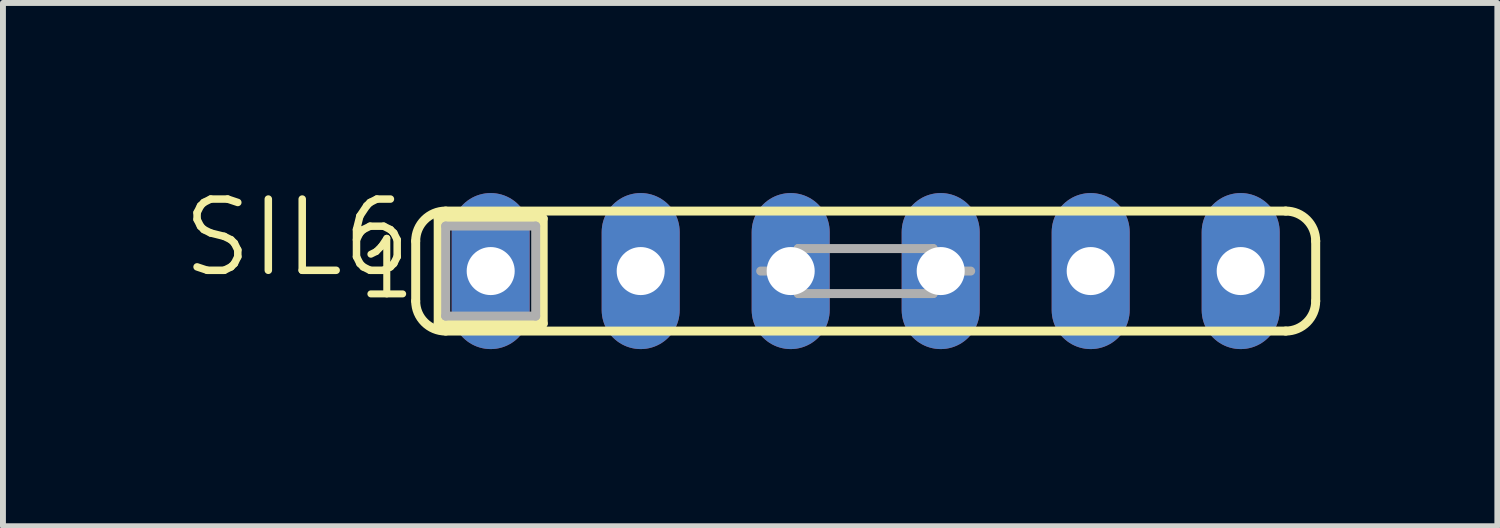
<source format=kicad_pcb>
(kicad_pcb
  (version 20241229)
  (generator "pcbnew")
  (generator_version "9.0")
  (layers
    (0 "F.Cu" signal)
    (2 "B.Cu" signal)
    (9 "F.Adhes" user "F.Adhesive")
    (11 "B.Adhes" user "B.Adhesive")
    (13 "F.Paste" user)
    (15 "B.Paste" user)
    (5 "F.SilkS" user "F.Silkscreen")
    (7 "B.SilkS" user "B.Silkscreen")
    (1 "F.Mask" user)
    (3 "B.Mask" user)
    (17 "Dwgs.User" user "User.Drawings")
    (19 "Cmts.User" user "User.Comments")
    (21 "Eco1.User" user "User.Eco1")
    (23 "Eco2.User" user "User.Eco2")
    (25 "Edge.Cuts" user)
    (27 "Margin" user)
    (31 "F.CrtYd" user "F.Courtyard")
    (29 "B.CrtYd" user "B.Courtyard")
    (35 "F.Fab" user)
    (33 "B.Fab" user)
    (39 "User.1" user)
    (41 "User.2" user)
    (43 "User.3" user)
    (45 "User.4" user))
  (footprint "SIL6"
    (layer "F.Cu")
    (at 11.609 1.54)
    (property "Reference" "SIL6" (at -7.62 -1.27 0) (layer "F.SilkS") (effects (font (size 1.206 1.206) (thickness 0.127)) (justify right top)))
    (attr through_hole)
    (fp_line (start -7.62 -0.508) (end -7.62 0.508) (stroke (width 0.152) (type solid)) (layer "F.SilkS"))
    (fp_line (start -7.239 -0.889) (end -7.239 0.889) (stroke (width 0.152) (type solid)) (layer "F.SilkS"))
    (fp_line (start -7.112 -1.016) (end 7.112 -1.016) (stroke (width 0.152) (type solid)) (layer "F.SilkS"))
    (fp_line (start -7.112 1.016) (end 7.112 1.016) (stroke (width 0.152) (type solid)) (layer "F.SilkS"))
    (fp_line (start -5.461 -0.889) (end -7.239 -0.889) (stroke (width 0.152) (type solid)) (layer "F.SilkS"))
    (fp_line (start -5.461 -0.889) (end -5.461 0.889) (stroke (width 0.152) (type solid)) (layer "F.SilkS"))
    (fp_line (start -5.461 0.889) (end -7.239 0.889) (stroke (width 0.152) (type solid)) (layer "F.SilkS"))
    (fp_line (start 7.62 -0.508) (end 7.62 0.508) (stroke (width 0.152) (type solid)) (layer "F.SilkS"))
    (fp_arc (start -7.62 -0.508) (mid -7.47121 -0.86721) (end -7.111999 -1.015999) (stroke (width 0.1524) (type solid)) (layer "F.SilkS"))
    (fp_arc (start -7.111999 1.015999) (mid -7.47121 0.86721) (end -7.62 0.508) (stroke (width 0.1524) (type solid)) (layer "F.SilkS"))
    (fp_arc (start 7.112 -1.016) (mid 7.471211 -0.86721) (end 7.620001 -0.507999) (stroke (width 0.1524) (type solid)) (layer "F.SilkS"))
    (fp_arc (start 7.620001 0.507999) (mid 7.471211 0.86721) (end 7.112 1.016) (stroke (width 0.1524) (type solid)) (layer "F.SilkS"))
    (fp_line (start -7.112 -0.762) (end -5.588 -0.762) (stroke (width 0.152) (type solid)) (layer "F.Fab"))
    (fp_line (start -7.112 0.762) (end -7.112 -0.762) (stroke (width 0.152) (type solid)) (layer "F.Fab"))
    (fp_line (start -5.588 -0.762) (end -5.588 0.762) (stroke (width 0.152) (type solid)) (layer "F.Fab"))
    (fp_line (start -5.588 0.762) (end -7.112 0.762) (stroke (width 0.152) (type solid)) (layer "F.Fab"))
    (fp_line (start -1.778 0) (end -1.143 0) (stroke (width 0.152) (type solid)) (layer "F.Fab"))
    (fp_line (start -1.143 -0.381) (end 1.143 -0.381) (stroke (width 0.152) (type solid)) (layer "F.Fab"))
    (fp_line (start -1.143 0) (end -1.143 -0.381) (stroke (width 0.152) (type solid)) (layer "F.Fab"))
    (fp_line (start -1.143 0.381) (end -1.143 0) (stroke (width 0.152) (type solid)) (layer "F.Fab"))
    (fp_line (start 1.143 -0.381) (end 1.143 0) (stroke (width 0.152) (type solid)) (layer "F.Fab"))
    (fp_line (start 1.143 0) (end 1.143 0.381) (stroke (width 0.152) (type solid)) (layer "F.Fab"))
    (fp_line (start 1.143 0.381) (end -1.143 0.381) (stroke (width 0.152) (type solid)) (layer "F.Fab"))
    (fp_line (start 1.778 0) (end 1.143 0) (stroke (width 0.152) (type solid)) (layer "F.Fab"))
    (fp_text user "1" (at -8.636 0.508 0) (layer "F.SilkS") (effects (font (size 0.941 0.941) (thickness 0.119)) (justify left bottom)))
    (pad "1" thru_hole oval (at -6.35 0 90) (size 2.642 1.321) (drill 0.813) (layers "*.Cu" "*.Mask"))
    (pad "2" thru_hole oval (at -3.81 0 90) (size 2.642 1.321) (drill 0.813) (layers "*.Cu" "*.Mask"))
    (pad "3" thru_hole oval (at -1.27 0 90) (size 2.642 1.321) (drill 0.813) (layers "*.Cu" "*.Mask"))
    (pad "4" thru_hole oval (at 1.27 0 90) (size 2.642 1.321) (drill 0.813) (layers "*.Cu" "*.Mask"))
    (pad "5" thru_hole oval (at 3.81 0 90) (size 2.642 1.321) (drill 0.813) (layers "*.Cu" "*.Mask"))
    (pad "6" thru_hole oval (at 6.35 0 90) (size 2.642 1.321) (drill 0.813) (layers "*.Cu" "*.Mask")))
  (gr_rect
    (start -3 -3)
    (end 22.305 5.861)
    (stroke (width 0.1) (type default))
    (fill no)
    (layer "Edge.Cuts")))
</source>
